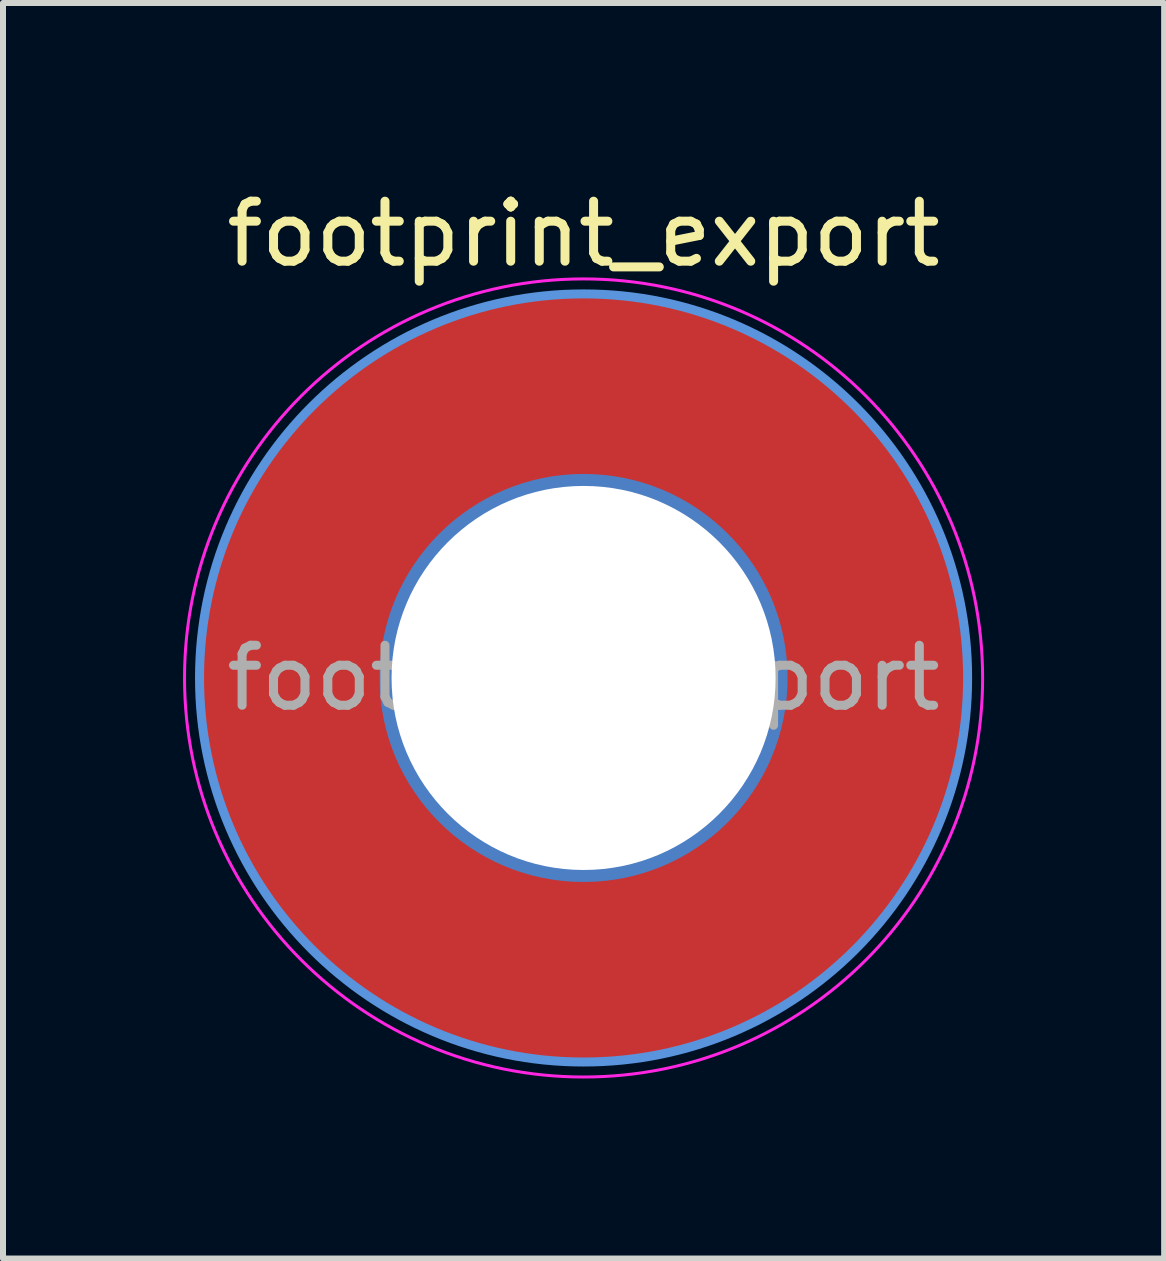
<source format=kicad_pcb>
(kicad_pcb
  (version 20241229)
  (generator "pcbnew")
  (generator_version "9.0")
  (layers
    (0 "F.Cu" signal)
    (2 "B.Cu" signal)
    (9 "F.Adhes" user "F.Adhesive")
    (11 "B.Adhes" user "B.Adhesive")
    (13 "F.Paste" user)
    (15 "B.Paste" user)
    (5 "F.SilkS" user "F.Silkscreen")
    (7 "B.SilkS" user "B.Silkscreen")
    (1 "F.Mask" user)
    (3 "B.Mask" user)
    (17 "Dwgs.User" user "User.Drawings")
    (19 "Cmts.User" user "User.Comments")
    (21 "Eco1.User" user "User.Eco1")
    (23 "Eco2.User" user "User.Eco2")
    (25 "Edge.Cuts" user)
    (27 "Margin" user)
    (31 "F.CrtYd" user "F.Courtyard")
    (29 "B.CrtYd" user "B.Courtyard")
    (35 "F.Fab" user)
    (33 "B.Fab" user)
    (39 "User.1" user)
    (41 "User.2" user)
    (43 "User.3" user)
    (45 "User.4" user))
  (footprint "footprint_export"
    (layer "F.Cu")
    (at 6.675 8.248)
    (property "Reference" "footprint_export" (at 0 -7.4 0) (layer "F.SilkS") (effects (font (size 1 1) (thickness 0.15))))
    (attr exclude_from_pos_files exclude_from_bom)
    (fp_circle (center 0 0) (end 6.4 0) (stroke (width 0.15) (type solid)) (fill no) (layer "Cmts.User"))
    (fp_circle (center 0 0) (end 6.65 0) (stroke (width 0.05) (type solid)) (fill no) (layer "F.CrtYd"))
    (fp_text user "${REFERENCE}" (at 0 0 0) (layer "F.Fab") (effects (font (size 1 1) (thickness 0.15))))
    (pad "1" thru_hole circle (at 0 0) (size 6.8 6.8) (drill 6.4) (layers "*.Cu" "*.Mask"))
    (pad "1" connect circle (at 0 0) (size 12.8 12.8) (layers "F.Cu" "F.Mask")))
  (gr_rect
    (start -3 -3)
    (end 16.35 17.923)
    (stroke (width 0.1) (type default))
    (fill no)
    (layer "Edge.Cuts")))
</source>
